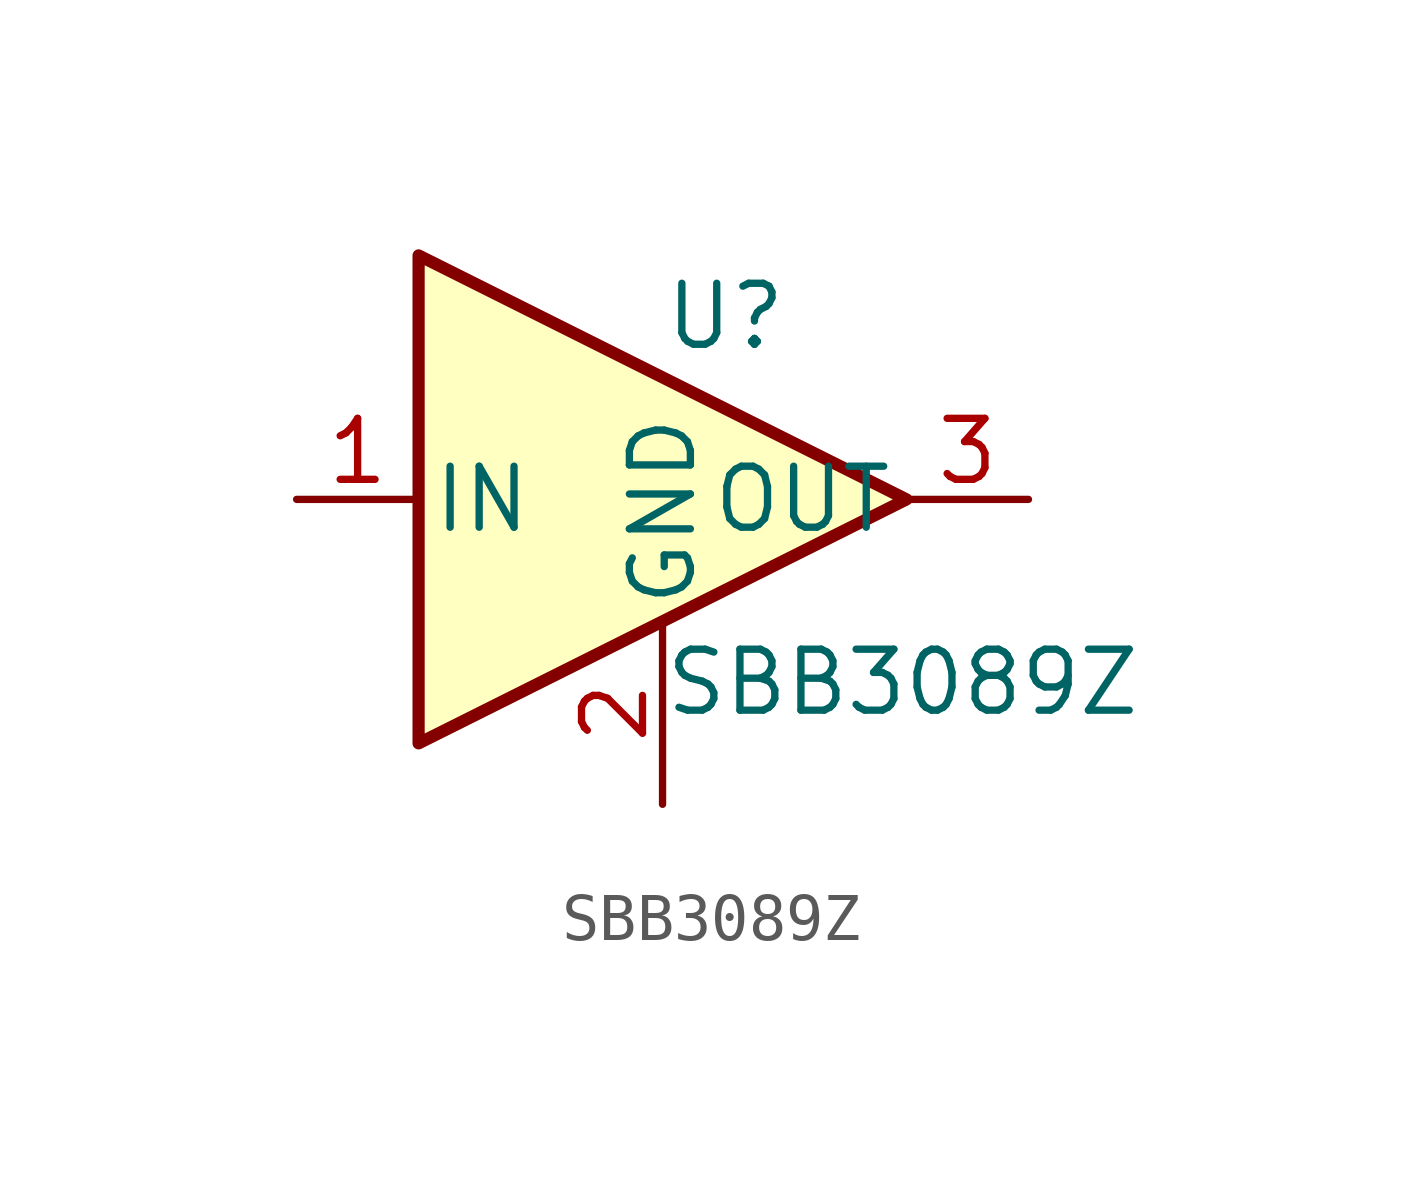
<source format=kicad_sym>
(kicad_symbol_lib
  (version 20211014)
  (generator kicad_symbol_editor)
  (symbol "SBB3089Z"
    (pin_names
      (offset 0.254))
    (property "Reference" "U"
      (at 0 3.81 0)
      (effects (font (size 1.27 1.27)) (justify left)))
    (property "Value" "SBB3089Z"
      (at 0 -3.81 0)
      (effects (font (size 1.27 1.27)) (justify left)))
    (symbol "SBB3089Z_0_1"
      (polyline (pts (xy -5.08 5.08) (xy 5.08 0) (xy -5.08 -5.08) (xy -5.08 5.08)) (stroke (width 0.254) (type default) (color 0 0 0 0)) (fill (type background))))
    (symbol "SBB3089Z_1_1"
      (pin passive line (at -7.62 0 0) (length 2.54) (name "IN" (effects (font (size 1.27 1.27)))) (number "1" (effects (font (size 1.27 1.27)))))
      (pin power_in line (at 0 -6.35 90) (length 3.81) (name "GND" (effects (font (size 1.27 1.27)))) (number "2" (effects (font (size 1.27 1.27)))))
      (pin passive line (at 7.62 0 180) (length 2.54) (name "OUT" (effects (font (size 1.27 1.27)))) (number "3" (effects (font (size 1.27 1.27))))))))
</source>
